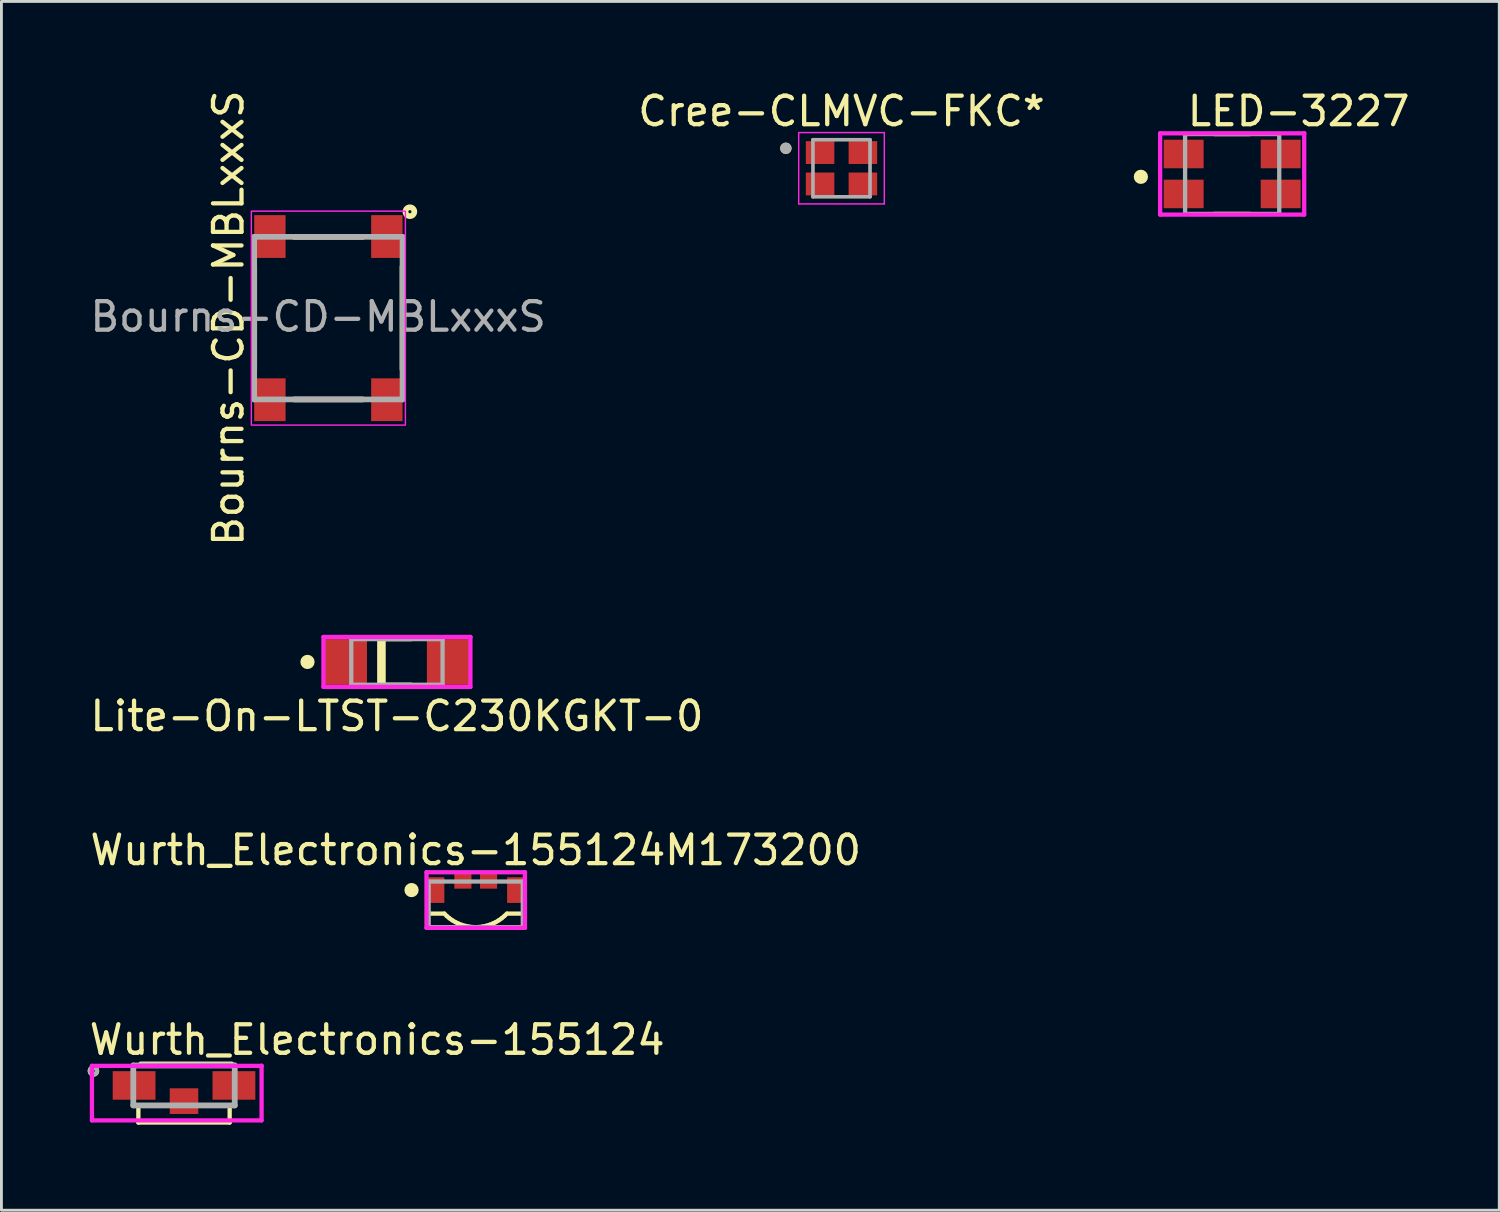
<source format=kicad_pcb>
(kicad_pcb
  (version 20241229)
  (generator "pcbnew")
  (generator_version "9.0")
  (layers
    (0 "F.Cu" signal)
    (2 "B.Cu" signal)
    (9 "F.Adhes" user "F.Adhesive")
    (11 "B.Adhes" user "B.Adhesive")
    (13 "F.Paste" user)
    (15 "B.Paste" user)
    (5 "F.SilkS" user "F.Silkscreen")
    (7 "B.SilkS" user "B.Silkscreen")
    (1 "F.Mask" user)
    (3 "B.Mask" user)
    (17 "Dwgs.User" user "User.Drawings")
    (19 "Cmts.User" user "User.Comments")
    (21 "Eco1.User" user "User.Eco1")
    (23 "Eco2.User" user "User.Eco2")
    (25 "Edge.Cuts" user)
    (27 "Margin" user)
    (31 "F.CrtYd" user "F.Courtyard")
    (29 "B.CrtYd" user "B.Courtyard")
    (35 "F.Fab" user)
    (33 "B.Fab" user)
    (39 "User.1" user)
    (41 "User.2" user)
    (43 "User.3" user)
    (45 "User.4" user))
  (footprint "Cree-CLMVC-FKC*"
    (layer "F.Cu")
    (at 26.446 2.848)
    (property "Reference" "Cree-CLMVC-FKC*" (at 0 -2 0) (layer "F.SilkS") (effects (font (size 1 1) (thickness 0.15))))
    (attr smd)
    (fp_circle (center -1.95 -0.7) (end -1.85 -0.7) (stroke (width 0.2) (type solid)) (fill no) (layer "F.SilkS"))
    (fp_line (start -1.5 -1.25) (end -1.5 1.25) (stroke (width 0.05) (type solid)) (layer "F.CrtYd"))
    (fp_line (start -1.5 1.25) (end 1.5 1.25) (stroke (width 0.05) (type solid)) (layer "F.CrtYd"))
    (fp_line (start 1.5 -1.25) (end -1.5 -1.25) (stroke (width 0.05) (type solid)) (layer "F.CrtYd"))
    (fp_line (start 1.5 1.25) (end 1.5 -1.25) (stroke (width 0.05) (type solid)) (layer "F.CrtYd"))
    (fp_line (start -1 -1) (end -1 1) (stroke (width 0.127) (type solid)) (layer "F.Fab"))
    (fp_line (start -1 1) (end 1 1) (stroke (width 0.127) (type solid)) (layer "F.Fab"))
    (fp_line (start 1 -1) (end -1 -1) (stroke (width 0.127) (type solid)) (layer "F.Fab"))
    (fp_line (start 1 1) (end 1 -1) (stroke (width 0.127) (type solid)) (layer "F.Fab"))
    (fp_circle (center -1.95 -0.7) (end -1.85 -0.7) (stroke (width 0.2) (type solid)) (fill no) (layer "F.Fab"))
    (pad "1" smd rect (at -0.75 -0.55 270) (size 0.8 1) (layers "F.Cu" "F.Mask" "F.Paste"))
    (pad "2" smd rect (at 0.75 -0.55 270) (size 0.8 1) (layers "F.Cu" "F.Mask" "F.Paste"))
    (pad "3" smd rect (at 0.75 0.55 270) (size 0.8 1) (layers "F.Cu" "F.Mask" "F.Paste"))
    (pad "4" smd rect (at -0.75 0.55 270) (size 0.8 1) (layers "F.Cu" "F.Mask" "F.Paste")))
  (footprint "Bourns-CD-MBLxxxS"
    (layer "F.Cu")
    (at 8.46 8.101)
    (property "Reference" "Bourns-CD-MBLxxxS" (at -3.5 0 90) (layer "F.SilkS") (effects (font (size 1 1) (thickness 0.15))))
    (attr smd)
    (fp_line (start -2.6 -1.8) (end -2.6 1.8) (stroke (width 0.2) (type solid)) (layer "F.SilkS"))
    (fp_line (start -1.2 -2.85) (end 1.2 -2.85) (stroke (width 0.2) (type solid)) (layer "F.SilkS"))
    (fp_line (start -1.2 2.85) (end 1.2 2.85) (stroke (width 0.2) (type solid)) (layer "F.SilkS"))
    (fp_line (start 2.6 -1.8) (end 2.6 1.8) (stroke (width 0.2) (type solid)) (layer "F.SilkS"))
    (fp_circle (center 2.858 -3.73) (end 2.858 -3.675) (stroke (width 0.2) (type solid)) (fill no) (layer "F.SilkS"))
    (fp_rect (start -2.7 -3.75) (end 2.7 3.75) (stroke (width 0.05) (type default)) (fill no) (layer "F.CrtYd"))
    (fp_line (start -2.6 -2.85) (end 2.6 -2.85) (stroke (width 0.2) (type solid)) (layer "F.Fab"))
    (fp_line (start -2.6 2.85) (end -2.6 -2.85) (stroke (width 0.2) (type solid)) (layer "F.Fab"))
    (fp_line (start 2.6 -2.85) (end 2.6 2.85) (stroke (width 0.2) (type solid)) (layer "F.Fab"))
    (fp_line (start 2.6 2.85) (end -2.6 2.85) (stroke (width 0.2) (type solid)) (layer "F.Fab"))
    (fp_text user "${REFERENCE}" (at -0.359 -0.051 0) (layer "F.Fab") (effects (font (size 1 1) (thickness 0.15))))
    (pad "1" smd rect (at 2.05 -2.86) (size 1.1 1.5) (layers "F.Cu" "F.Mask" "F.Paste"))
    (pad "2" smd rect (at 2.05 2.86) (size 1.1 1.5) (layers "F.Cu" "F.Mask" "F.Paste"))
    (pad "3" smd rect (at -2.05 2.86) (size 1.1 1.5) (layers "F.Cu" "F.Mask" "F.Paste"))
    (pad "4" smd rect (at -2.05 -2.86) (size 1.1 1.5) (layers "F.Cu" "F.Mask" "F.Paste")))
  (footprint "LED-3227"
    (layer "F.Cu")
    (at 40.14 3.048)
    (property "Reference" "LED-3227" (at -1.65 -2.2 0) (layer "F.SilkS") (effects (font (size 1 1) (thickness 0.15)) (justify left)))
    (attr smd)
    (fp_line (start -0.625 -1.4) (end 0.625 -1.4) (stroke (width 0.15) (type solid)) (layer "F.SilkS"))
    (fp_line (start -0.625 1.4) (end 0.625 1.4) (stroke (width 0.15) (type solid)) (layer "F.SilkS"))
    (fp_circle (center -3.2 0.1) (end -3.075 0.1) (stroke (width 0.25) (type solid)) (fill no) (layer "F.SilkS"))
    (fp_line (start -2.525 -1.425) (end -2.525 1.425) (stroke (width 0.15) (type solid)) (layer "F.CrtYd"))
    (fp_line (start -2.525 1.425) (end 2.525 1.425) (stroke (width 0.15) (type solid)) (layer "F.CrtYd"))
    (fp_line (start 2.525 -1.425) (end -2.525 -1.425) (stroke (width 0.15) (type solid)) (layer "F.CrtYd"))
    (fp_line (start 2.525 -1.425) (end 2.525 -1.425) (stroke (width 0.15) (type solid)) (layer "F.CrtYd"))
    (fp_line (start 2.525 1.425) (end 2.525 -1.425) (stroke (width 0.15) (type solid)) (layer "F.CrtYd"))
    (fp_line (start -1.65 -1.4) (end 1.65 -1.4) (stroke (width 0.15) (type solid)) (layer "F.Fab"))
    (fp_line (start -1.65 1.4) (end -1.65 -1.4) (stroke (width 0.15) (type solid)) (layer "F.Fab"))
    (fp_line (start 1.65 -1.4) (end 1.65 1.4) (stroke (width 0.15) (type solid)) (layer "F.Fab"))
    (fp_line (start 1.65 1.4) (end -1.65 1.4) (stroke (width 0.15) (type solid)) (layer "F.Fab"))
    (pad "1" smd rect (at 1.7 0.7) (size 1.4 1) (layers "F.Cu" "F.Mask" "F.Paste"))
    (pad "2" smd rect (at 1.7 -0.7) (size 1.4 1) (layers "F.Cu" "F.Mask" "F.Paste"))
    (pad "3" smd rect (at -1.7 0.7) (size 1.4 1) (layers "F.Cu" "F.Mask" "F.Paste"))
    (pad "4" smd rect (at -1.7 -0.7) (size 1.4 1) (layers "F.Cu" "F.Mask" "F.Paste")))
  (footprint "Wurth_Electronics-155124"
    (layer "F.Cu")
    (at 3.4 34.997)
    (property "Reference" "Wurth_Electronics-155124" (at -3.4 -1.6 0) (layer "F.SilkS") (effects (font (size 1 1) (thickness 0.15)) (justify left)))
    (attr smd)
    (fp_line (start -1.6 1.3) (end -1.6 0.8) (stroke (width 0.15) (type solid)) (layer "F.SilkS"))
    (fp_line (start -1.6 1.3) (end 1.6 1.3) (stroke (width 0.15) (type solid)) (layer "F.SilkS"))
    (fp_line (start -1.524 -0.762) (end 1.676 -0.762) (stroke (width 0.15) (type solid)) (layer "F.SilkS"))
    (fp_line (start 1.6 1.3) (end 1.6 0.8) (stroke (width 0.15) (type solid)) (layer "F.SilkS"))
    (fp_circle (center -3.175 -0.508) (end -3.048 -0.508) (stroke (width 0.152) (type solid)) (fill no) (layer "F.SilkS"))
    (fp_line (start -3.227 -0.687) (end -3.227 1.225) (stroke (width 0.15) (type solid)) (layer "F.CrtYd"))
    (fp_line (start -3.227 1.225) (end 2.719 1.225) (stroke (width 0.15) (type solid)) (layer "F.CrtYd"))
    (fp_line (start 2.719 -0.687) (end -3.227 -0.687) (stroke (width 0.15) (type solid)) (layer "F.CrtYd"))
    (fp_line (start 2.719 -0.687) (end 2.719 -0.687) (stroke (width 0.15) (type solid)) (layer "F.CrtYd"))
    (fp_line (start 2.719 1.225) (end 2.719 -0.687) (stroke (width 0.15) (type solid)) (layer "F.CrtYd"))
    (fp_line (start -1.778 -0.7) (end 1.778 -0.7) (stroke (width 0.203) (type solid)) (layer "F.Fab"))
    (fp_line (start -1.778 0.7) (end -1.778 -0.7) (stroke (width 0.203) (type solid)) (layer "F.Fab"))
    (fp_line (start -1.778 0.7) (end 1.778 0.7) (stroke (width 0.203) (type solid)) (layer "F.Fab"))
    (fp_line (start 1.778 0.7) (end 1.778 -0.7) (stroke (width 0.203) (type solid)) (layer "F.Fab"))
    (fp_circle (center -3.175 -0.508) (end -3.048 -0.508) (stroke (width 0.152) (type solid)) (fill no) (layer "F.Fab"))
    (pad "1" smd rect (at -1.75 0.000001) (size 1.5 1) (layers "F.Cu" "F.Mask" "F.Paste"))
    (pad "2" smd rect (at 1.75 0.000001) (size 1.5 1) (layers "F.Cu" "F.Mask" "F.Paste"))
    (pad "~" smd rect (at 0.000001 0.55) (size 1 0.9) (layers "F.Cu" "F.Mask" "F.Paste")))
  (footprint "Wurth_Electronics-155124M173200"
    (layer "F.Cu")
    (at 13.625 28.649)
    (property "Reference" "Wurth_Electronics-155124M173200" (at 0 -1.9 0) (layer "F.SilkS") (effects (font (size 1 1) (thickness 0.15))))
    (attr smd)
    (fp_line (start -1.65 0.325) (end -1.1 0.325) (stroke (width 0.15) (type solid)) (layer "F.SilkS"))
    (fp_line (start -1.1 0.325) (end -1.013 0.411) (stroke (width 0.15) (type solid)) (layer "F.SilkS"))
    (fp_line (start -1.013 0.411) (end -0.918 0.49) (stroke (width 0.15) (type solid)) (layer "F.SilkS"))
    (fp_line (start -0.918 0.49) (end -0.818 0.56) (stroke (width 0.15) (type solid)) (layer "F.SilkS"))
    (fp_line (start -0.818 0.56) (end -0.712 0.623) (stroke (width 0.15) (type solid)) (layer "F.SilkS"))
    (fp_line (start -0.712 0.623) (end -0.602 0.676) (stroke (width 0.15) (type solid)) (layer "F.SilkS"))
    (fp_line (start -0.602 0.676) (end -0.487 0.72) (stroke (width 0.15) (type solid)) (layer "F.SilkS"))
    (fp_line (start -0.487 0.72) (end -0.37 0.755) (stroke (width 0.15) (type solid)) (layer "F.SilkS"))
    (fp_line (start -0.37 0.755) (end -0.249 0.78) (stroke (width 0.15) (type solid)) (layer "F.SilkS"))
    (fp_line (start -0.249 0.78) (end -0.128 0.795) (stroke (width 0.15) (type solid)) (layer "F.SilkS"))
    (fp_line (start -0.128 0.795) (end -0.005 0.8) (stroke (width 0.15) (type solid)) (layer "F.SilkS"))
    (fp_line (start -0.005 0.8) (end 0.118 0.795) (stroke (width 0.15) (type solid)) (layer "F.SilkS"))
    (fp_line (start 0.118 0.795) (end 0.239 0.78) (stroke (width 0.15) (type solid)) (layer "F.SilkS"))
    (fp_line (start 0.239 0.78) (end 0.36 0.755) (stroke (width 0.15) (type solid)) (layer "F.SilkS"))
    (fp_line (start 0.36 0.755) (end 0.477 0.72) (stroke (width 0.15) (type solid)) (layer "F.SilkS"))
    (fp_line (start 0.477 0.72) (end 0.592 0.676) (stroke (width 0.15) (type solid)) (layer "F.SilkS"))
    (fp_line (start 0.592 0.676) (end 0.702 0.623) (stroke (width 0.15) (type solid)) (layer "F.SilkS"))
    (fp_line (start 0.702 0.623) (end 0.808 0.56) (stroke (width 0.15) (type solid)) (layer "F.SilkS"))
    (fp_line (start 0.808 0.56) (end 0.908 0.49) (stroke (width 0.15) (type solid)) (layer "F.SilkS"))
    (fp_line (start 0.908 0.49) (end 1.003 0.411) (stroke (width 0.15) (type solid)) (layer "F.SilkS"))
    (fp_line (start 1.003 0.411) (end 1.09 0.325) (stroke (width 0.15) (type solid)) (layer "F.SilkS"))
    (fp_line (start 1.65 0.325) (end 1.1 0.325) (stroke (width 0.15) (type solid)) (layer "F.SilkS"))
    (fp_circle (center -2.25 -0.5) (end -2.125 -0.5) (stroke (width 0.25) (type solid)) (fill no) (layer "F.SilkS"))
    (fp_line (start -1.725 -1.125) (end -1.725 0.825) (stroke (width 0.15) (type solid)) (layer "F.CrtYd"))
    (fp_line (start -1.725 0.825) (end 1.725 0.825) (stroke (width 0.15) (type solid)) (layer "F.CrtYd"))
    (fp_line (start 1.725 -1.125) (end -1.725 -1.125) (stroke (width 0.15) (type solid)) (layer "F.CrtYd"))
    (fp_line (start 1.725 -1.125) (end 1.725 -1.125) (stroke (width 0.15) (type solid)) (layer "F.CrtYd"))
    (fp_line (start 1.725 0.825) (end 1.725 -1.125) (stroke (width 0.15) (type solid)) (layer "F.CrtYd"))
    (fp_line (start -1.65 -0.8) (end 1.65 -0.8) (stroke (width 0.15) (type solid)) (layer "F.Fab"))
    (fp_line (start -1.65 0.8) (end -1.65 -0.8) (stroke (width 0.15) (type solid)) (layer "F.Fab"))
    (fp_line (start 1.65 -0.8) (end 1.65 0.8) (stroke (width 0.15) (type solid)) (layer "F.Fab"))
    (fp_line (start 1.65 0.8) (end -1.65 0.8) (stroke (width 0.15) (type solid)) (layer "F.Fab"))
    (pad "1" smd rect (at -1.4 -0.5) (size 0.6 0.9) (layers "F.Cu" "F.Mask" "F.Paste"))
    (pad "2" smd rect (at -0.45 -0.825) (size 0.6 0.55) (layers "F.Cu" "F.Mask" "F.Paste"))
    (pad "3" smd rect (at 0.45 -0.825) (size 0.6 0.55) (layers "F.Cu" "F.Mask" "F.Paste"))
    (pad "4" smd rect (at 1.4 -0.5) (size 0.6 0.9) (layers "F.Cu" "F.Mask" "F.Paste")))
  (footprint "Lite-On-LTST-C230KGKT-0"
    (layer "F.Cu")
    (at 10.863 20.152)
    (property "Reference" "Lite-On-LTST-C230KGKT-0" (at 0 1.9 0) (layer "F.SilkS") (effects (font (size 1 1) (thickness 0.15))))
    (attr through_hole)
    (fp_line (start -0.543 0.73) (end -0.543 -0.73) (stroke (width 0.3) (type solid)) (layer "F.SilkS"))
    (fp_line (start -0.5 0.8) (end 0.5 0.8) (stroke (width 0.15) (type solid)) (layer "F.SilkS"))
    (fp_line (start 0.5 -0.8) (end -0.5 -0.8) (stroke (width 0.15) (type solid)) (layer "F.SilkS"))
    (fp_circle (center -3.135 0) (end -3.01 0) (stroke (width 0.25) (type solid)) (fill no) (layer "F.SilkS"))
    (fp_line (start -2.575 -0.875) (end -2.575 0.875) (stroke (width 0.15) (type solid)) (layer "F.CrtYd"))
    (fp_line (start -2.575 0.875) (end 2.575 0.875) (stroke (width 0.15) (type solid)) (layer "F.CrtYd"))
    (fp_line (start 2.575 -0.875) (end -2.575 -0.875) (stroke (width 0.15) (type solid)) (layer "F.CrtYd"))
    (fp_line (start 2.575 -0.875) (end 2.575 -0.875) (stroke (width 0.15) (type solid)) (layer "F.CrtYd"))
    (fp_line (start 2.575 0.875) (end 2.575 -0.875) (stroke (width 0.15) (type solid)) (layer "F.CrtYd"))
    (fp_line (start -1.6 -0.8) (end 1.6 -0.8) (stroke (width 0.15) (type solid)) (layer "F.Fab"))
    (fp_line (start -1.6 0.8) (end -1.6 -0.8) (stroke (width 0.15) (type solid)) (layer "F.Fab"))
    (fp_line (start 1.6 -0.8) (end 1.6 0.8) (stroke (width 0.15) (type solid)) (layer "F.Fab"))
    (fp_line (start 1.6 0.8) (end -1.6 0.8) (stroke (width 0.15) (type solid)) (layer "F.Fab"))
    (pad "1" smd rect (at -1.8 0) (size 1.5 1.6) (layers "F.Cu" "F.Mask" "F.Paste"))
    (pad "2" smd rect (at 1.8 0) (size 1.5 1.6) (layers "F.Cu" "F.Mask" "F.Paste")))
  (gr_rect
    (start -3 -3)
    (end 49.502 39.372)
    (stroke (width 0.1) (type default))
    (fill no)
    (layer "Edge.Cuts")))
</source>
